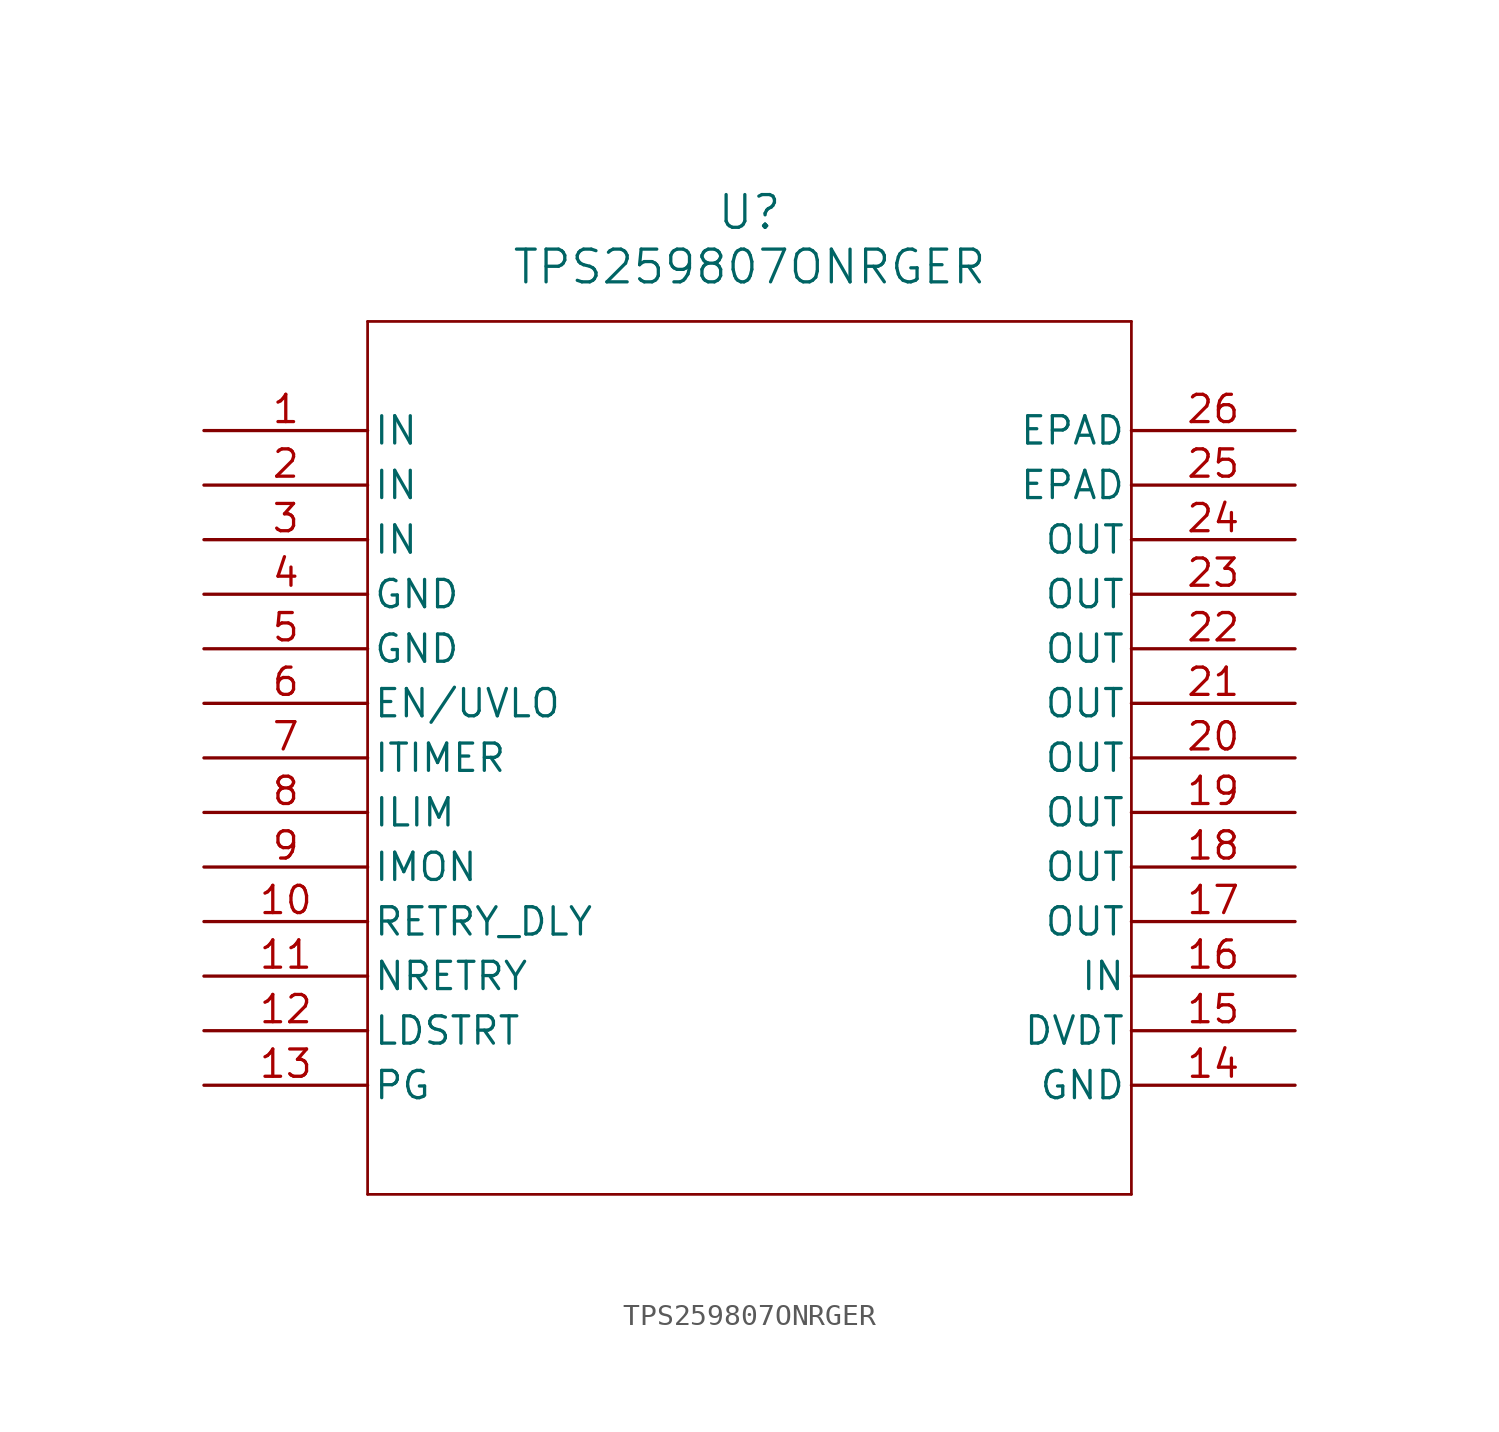
<source format=kicad_sym>
(kicad_symbol_lib
  (version 20211014)
  (generator kicad_symbol_editor)
  (symbol "TPS259807ONRGER"
    (pin_names
      (offset 0.254))
    (property "Reference" "U"
      (at 25.4 10.16 0)
      (effects (font (size 1.524 1.524))))
    (property "Value" "TPS259807ONRGER"
      (at 25.4 7.62 0)
      (effects (font (size 1.524 1.524))))
    (symbol "TPS259807ONRGER_0_1"
      (polyline (pts (xy 7.62 5.08) (xy 7.62 -35.56)) (stroke (width 0.127) (type default) (color 0 0 0 0)) (fill (type none)))
      (polyline (pts (xy 7.62 -35.56) (xy 43.18 -35.56)) (stroke (width 0.127) (type default) (color 0 0 0 0)) (fill (type none)))
      (polyline (pts (xy 43.18 -35.56) (xy 43.18 5.08)) (stroke (width 0.127) (type default) (color 0 0 0 0)) (fill (type none)))
      (polyline (pts (xy 43.18 5.08) (xy 7.62 5.08)) (stroke (width 0.127) (type default) (color 0 0 0 0)) (fill (type none)))
      (pin input line (at 0 0 0) (length 7.62) (name "IN" (effects (font (size 1.27 1.27)))) (number "1" (effects (font (size 1.27 1.27)))))
      (pin input line (at 0 -2.54 0) (length 7.62) (name "IN" (effects (font (size 1.27 1.27)))) (number "2" (effects (font (size 1.27 1.27)))))
      (pin input line (at 0 -5.08 0) (length 7.62) (name "IN" (effects (font (size 1.27 1.27)))) (number "3" (effects (font (size 1.27 1.27)))))
      (pin power_out line (at 0 -7.62 0) (length 7.62) (name "GND" (effects (font (size 1.27 1.27)))) (number "4" (effects (font (size 1.27 1.27)))))
      (pin power_out line (at 0 -10.16 0) (length 7.62) (name "GND" (effects (font (size 1.27 1.27)))) (number "5" (effects (font (size 1.27 1.27)))))
      (pin input line (at 0 -12.7 0) (length 7.62) (name "EN/UVLO" (effects (font (size 1.27 1.27)))) (number "6" (effects (font (size 1.27 1.27)))))
      (pin output line (at 0 -15.24 0) (length 7.62) (name "ITIMER" (effects (font (size 1.27 1.27)))) (number "7" (effects (font (size 1.27 1.27)))))
      (pin output line (at 0 -17.78 0) (length 7.62) (name "ILIM" (effects (font (size 1.27 1.27)))) (number "8" (effects (font (size 1.27 1.27)))))
      (pin output line (at 0 -20.32 0) (length 7.62) (name "IMON" (effects (font (size 1.27 1.27)))) (number "9" (effects (font (size 1.27 1.27)))))
      (pin output line (at 0 -22.86 0) (length 7.62) (name "RETRY_DLY" (effects (font (size 1.27 1.27)))) (number "10" (effects (font (size 1.27 1.27)))))
      (pin output line (at 0 -25.4 0) (length 7.62) (name "NRETRY" (effects (font (size 1.27 1.27)))) (number "11" (effects (font (size 1.27 1.27)))))
      (pin input line (at 0 -27.94 0) (length 7.62) (name "LDSTRT" (effects (font (size 1.27 1.27)))) (number "12" (effects (font (size 1.27 1.27)))))
      (pin output line (at 0 -30.48 0) (length 7.62) (name "PG" (effects (font (size 1.27 1.27)))) (number "13" (effects (font (size 1.27 1.27)))))
      (pin power_out line (at 50.8 -30.48 180) (length 7.62) (name "GND" (effects (font (size 1.27 1.27)))) (number "14" (effects (font (size 1.27 1.27)))))
      (pin output line (at 50.8 -27.94 180) (length 7.62) (name "DVDT" (effects (font (size 1.27 1.27)))) (number "15" (effects (font (size 1.27 1.27)))))
      (pin input line (at 50.8 -25.4 180) (length 7.62) (name "IN" (effects (font (size 1.27 1.27)))) (number "16" (effects (font (size 1.27 1.27)))))
      (pin output line (at 50.8 -22.86 180) (length 7.62) (name "OUT" (effects (font (size 1.27 1.27)))) (number "17" (effects (font (size 1.27 1.27)))))
      (pin output line (at 50.8 -20.32 180) (length 7.62) (name "OUT" (effects (font (size 1.27 1.27)))) (number "18" (effects (font (size 1.27 1.27)))))
      (pin output line (at 50.8 -17.78 180) (length 7.62) (name "OUT" (effects (font (size 1.27 1.27)))) (number "19" (effects (font (size 1.27 1.27)))))
      (pin output line (at 50.8 -15.24 180) (length 7.62) (name "OUT" (effects (font (size 1.27 1.27)))) (number "20" (effects (font (size 1.27 1.27)))))
      (pin output line (at 50.8 -12.7 180) (length 7.62) (name "OUT" (effects (font (size 1.27 1.27)))) (number "21" (effects (font (size 1.27 1.27)))))
      (pin output line (at 50.8 -10.16 180) (length 7.62) (name "OUT" (effects (font (size 1.27 1.27)))) (number "22" (effects (font (size 1.27 1.27)))))
      (pin output line (at 50.8 -7.62 180) (length 7.62) (name "OUT" (effects (font (size 1.27 1.27)))) (number "23" (effects (font (size 1.27 1.27)))))
      (pin output line (at 50.8 -5.08 180) (length 7.62) (name "OUT" (effects (font (size 1.27 1.27)))) (number "24" (effects (font (size 1.27 1.27)))))
      (pin power_out line (at 50.8 -2.54 180) (length 7.62) (name "EPAD" (effects (font (size 1.27 1.27)))) (number "25" (effects (font (size 1.27 1.27)))))
      (pin power_out line (at 50.8 0 180) (length 7.62) (name "EPAD" (effects (font (size 1.27 1.27)))) (number "26" (effects (font (size 1.27 1.27))))))))
</source>
